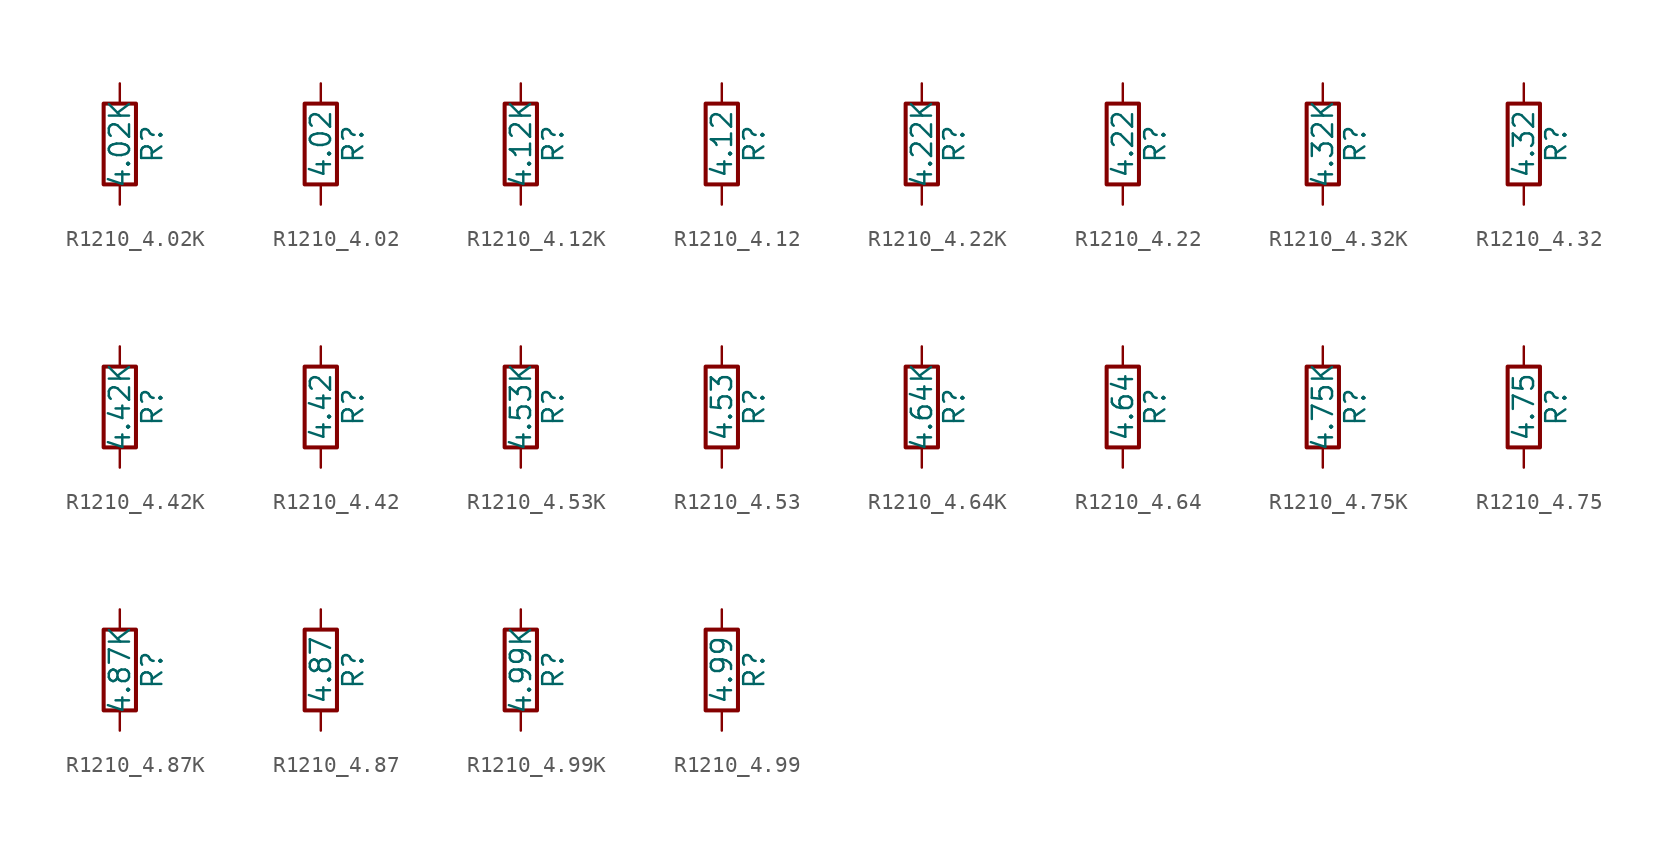
<source format=kicad_sym>
(kicad_symbol_lib
  (version 20211014)
  (generator atlantix-eda)
  (symbol "R1210_4.02K"
    (pin_numbers hide)
    (pin_names
      (offset 0))
    (property "Reference" "R"
      (at 2.032 0 90)
      (effects (font (size 1.27 1.27))))
    (property "Value" "4.02K"
      (at 0 0 90)
      (effects (font (size 1.27 1.27))))
    (symbol "R1210_4.02K_0_1"
      (rectangle (start -1.016 -2.54) (end 1.016 2.54) (stroke (width 0.254) (type default) (color 0 0 0 0)) (fill (type none))))
    (symbol "R1210_4.02K_1_1"
      (pin passive line (at 0 3.81 270) (length 1.27) (name "~" (effects (font (size 1.27 1.27)))) (number "1" (effects (font (size 1.27 1.27)))))
      (pin passive line (at 0 -3.81 90) (length 1.27) (name "~" (effects (font (size 1.27 1.27)))) (number "2" (effects (font (size 1.27 1.27)))))))
  (symbol "R1210_4.02"
    (pin_numbers hide)
    (pin_names
      (offset 0))
    (property "Reference" "R"
      (at 2.032 0 90)
      (effects (font (size 1.27 1.27))))
    (property "Value" "4.02"
      (at 0 0 90)
      (effects (font (size 1.27 1.27))))
    (symbol "R1210_4.02_0_1"
      (rectangle (start -1.016 -2.54) (end 1.016 2.54) (stroke (width 0.254) (type default) (color 0 0 0 0)) (fill (type none))))
    (symbol "R1210_4.02_1_1"
      (pin passive line (at 0 3.81 270) (length 1.27) (name "~" (effects (font (size 1.27 1.27)))) (number "1" (effects (font (size 1.27 1.27)))))
      (pin passive line (at 0 -3.81 90) (length 1.27) (name "~" (effects (font (size 1.27 1.27)))) (number "2" (effects (font (size 1.27 1.27)))))))
  (symbol "R1210_4.12K"
    (pin_numbers hide)
    (pin_names
      (offset 0))
    (property "Reference" "R"
      (at 2.032 0 90)
      (effects (font (size 1.27 1.27))))
    (property "Value" "4.12K"
      (at 0 0 90)
      (effects (font (size 1.27 1.27))))
    (symbol "R1210_4.12K_0_1"
      (rectangle (start -1.016 -2.54) (end 1.016 2.54) (stroke (width 0.254) (type default) (color 0 0 0 0)) (fill (type none))))
    (symbol "R1210_4.12K_1_1"
      (pin passive line (at 0 3.81 270) (length 1.27) (name "~" (effects (font (size 1.27 1.27)))) (number "1" (effects (font (size 1.27 1.27)))))
      (pin passive line (at 0 -3.81 90) (length 1.27) (name "~" (effects (font (size 1.27 1.27)))) (number "2" (effects (font (size 1.27 1.27)))))))
  (symbol "R1210_4.12"
    (pin_numbers hide)
    (pin_names
      (offset 0))
    (property "Reference" "R"
      (at 2.032 0 90)
      (effects (font (size 1.27 1.27))))
    (property "Value" "4.12"
      (at 0 0 90)
      (effects (font (size 1.27 1.27))))
    (symbol "R1210_4.12_0_1"
      (rectangle (start -1.016 -2.54) (end 1.016 2.54) (stroke (width 0.254) (type default) (color 0 0 0 0)) (fill (type none))))
    (symbol "R1210_4.12_1_1"
      (pin passive line (at 0 3.81 270) (length 1.27) (name "~" (effects (font (size 1.27 1.27)))) (number "1" (effects (font (size 1.27 1.27)))))
      (pin passive line (at 0 -3.81 90) (length 1.27) (name "~" (effects (font (size 1.27 1.27)))) (number "2" (effects (font (size 1.27 1.27)))))))
  (symbol "R1210_4.22K"
    (pin_numbers hide)
    (pin_names
      (offset 0))
    (property "Reference" "R"
      (at 2.032 0 90)
      (effects (font (size 1.27 1.27))))
    (property "Value" "4.22K"
      (at 0 0 90)
      (effects (font (size 1.27 1.27))))
    (symbol "R1210_4.22K_0_1"
      (rectangle (start -1.016 -2.54) (end 1.016 2.54) (stroke (width 0.254) (type default) (color 0 0 0 0)) (fill (type none))))
    (symbol "R1210_4.22K_1_1"
      (pin passive line (at 0 3.81 270) (length 1.27) (name "~" (effects (font (size 1.27 1.27)))) (number "1" (effects (font (size 1.27 1.27)))))
      (pin passive line (at 0 -3.81 90) (length 1.27) (name "~" (effects (font (size 1.27 1.27)))) (number "2" (effects (font (size 1.27 1.27)))))))
  (symbol "R1210_4.22"
    (pin_numbers hide)
    (pin_names
      (offset 0))
    (property "Reference" "R"
      (at 2.032 0 90)
      (effects (font (size 1.27 1.27))))
    (property "Value" "4.22"
      (at 0 0 90)
      (effects (font (size 1.27 1.27))))
    (symbol "R1210_4.22_0_1"
      (rectangle (start -1.016 -2.54) (end 1.016 2.54) (stroke (width 0.254) (type default) (color 0 0 0 0)) (fill (type none))))
    (symbol "R1210_4.22_1_1"
      (pin passive line (at 0 3.81 270) (length 1.27) (name "~" (effects (font (size 1.27 1.27)))) (number "1" (effects (font (size 1.27 1.27)))))
      (pin passive line (at 0 -3.81 90) (length 1.27) (name "~" (effects (font (size 1.27 1.27)))) (number "2" (effects (font (size 1.27 1.27)))))))
  (symbol "R1210_4.32K"
    (pin_numbers hide)
    (pin_names
      (offset 0))
    (property "Reference" "R"
      (at 2.032 0 90)
      (effects (font (size 1.27 1.27))))
    (property "Value" "4.32K"
      (at 0 0 90)
      (effects (font (size 1.27 1.27))))
    (symbol "R1210_4.32K_0_1"
      (rectangle (start -1.016 -2.54) (end 1.016 2.54) (stroke (width 0.254) (type default) (color 0 0 0 0)) (fill (type none))))
    (symbol "R1210_4.32K_1_1"
      (pin passive line (at 0 3.81 270) (length 1.27) (name "~" (effects (font (size 1.27 1.27)))) (number "1" (effects (font (size 1.27 1.27)))))
      (pin passive line (at 0 -3.81 90) (length 1.27) (name "~" (effects (font (size 1.27 1.27)))) (number "2" (effects (font (size 1.27 1.27)))))))
  (symbol "R1210_4.32"
    (pin_numbers hide)
    (pin_names
      (offset 0))
    (property "Reference" "R"
      (at 2.032 0 90)
      (effects (font (size 1.27 1.27))))
    (property "Value" "4.32"
      (at 0 0 90)
      (effects (font (size 1.27 1.27))))
    (symbol "R1210_4.32_0_1"
      (rectangle (start -1.016 -2.54) (end 1.016 2.54) (stroke (width 0.254) (type default) (color 0 0 0 0)) (fill (type none))))
    (symbol "R1210_4.32_1_1"
      (pin passive line (at 0 3.81 270) (length 1.27) (name "~" (effects (font (size 1.27 1.27)))) (number "1" (effects (font (size 1.27 1.27)))))
      (pin passive line (at 0 -3.81 90) (length 1.27) (name "~" (effects (font (size 1.27 1.27)))) (number "2" (effects (font (size 1.27 1.27)))))))
  (symbol "R1210_4.42K"
    (pin_numbers hide)
    (pin_names
      (offset 0))
    (property "Reference" "R"
      (at 2.032 0 90)
      (effects (font (size 1.27 1.27))))
    (property "Value" "4.42K"
      (at 0 0 90)
      (effects (font (size 1.27 1.27))))
    (symbol "R1210_4.42K_0_1"
      (rectangle (start -1.016 -2.54) (end 1.016 2.54) (stroke (width 0.254) (type default) (color 0 0 0 0)) (fill (type none))))
    (symbol "R1210_4.42K_1_1"
      (pin passive line (at 0 3.81 270) (length 1.27) (name "~" (effects (font (size 1.27 1.27)))) (number "1" (effects (font (size 1.27 1.27)))))
      (pin passive line (at 0 -3.81 90) (length 1.27) (name "~" (effects (font (size 1.27 1.27)))) (number "2" (effects (font (size 1.27 1.27)))))))
  (symbol "R1210_4.42"
    (pin_numbers hide)
    (pin_names
      (offset 0))
    (property "Reference" "R"
      (at 2.032 0 90)
      (effects (font (size 1.27 1.27))))
    (property "Value" "4.42"
      (at 0 0 90)
      (effects (font (size 1.27 1.27))))
    (symbol "R1210_4.42_0_1"
      (rectangle (start -1.016 -2.54) (end 1.016 2.54) (stroke (width 0.254) (type default) (color 0 0 0 0)) (fill (type none))))
    (symbol "R1210_4.42_1_1"
      (pin passive line (at 0 3.81 270) (length 1.27) (name "~" (effects (font (size 1.27 1.27)))) (number "1" (effects (font (size 1.27 1.27)))))
      (pin passive line (at 0 -3.81 90) (length 1.27) (name "~" (effects (font (size 1.27 1.27)))) (number "2" (effects (font (size 1.27 1.27)))))))
  (symbol "R1210_4.53K"
    (pin_numbers hide)
    (pin_names
      (offset 0))
    (property "Reference" "R"
      (at 2.032 0 90)
      (effects (font (size 1.27 1.27))))
    (property "Value" "4.53K"
      (at 0 0 90)
      (effects (font (size 1.27 1.27))))
    (symbol "R1210_4.53K_0_1"
      (rectangle (start -1.016 -2.54) (end 1.016 2.54) (stroke (width 0.254) (type default) (color 0 0 0 0)) (fill (type none))))
    (symbol "R1210_4.53K_1_1"
      (pin passive line (at 0 3.81 270) (length 1.27) (name "~" (effects (font (size 1.27 1.27)))) (number "1" (effects (font (size 1.27 1.27)))))
      (pin passive line (at 0 -3.81 90) (length 1.27) (name "~" (effects (font (size 1.27 1.27)))) (number "2" (effects (font (size 1.27 1.27)))))))
  (symbol "R1210_4.53"
    (pin_numbers hide)
    (pin_names
      (offset 0))
    (property "Reference" "R"
      (at 2.032 0 90)
      (effects (font (size 1.27 1.27))))
    (property "Value" "4.53"
      (at 0 0 90)
      (effects (font (size 1.27 1.27))))
    (symbol "R1210_4.53_0_1"
      (rectangle (start -1.016 -2.54) (end 1.016 2.54) (stroke (width 0.254) (type default) (color 0 0 0 0)) (fill (type none))))
    (symbol "R1210_4.53_1_1"
      (pin passive line (at 0 3.81 270) (length 1.27) (name "~" (effects (font (size 1.27 1.27)))) (number "1" (effects (font (size 1.27 1.27)))))
      (pin passive line (at 0 -3.81 90) (length 1.27) (name "~" (effects (font (size 1.27 1.27)))) (number "2" (effects (font (size 1.27 1.27)))))))
  (symbol "R1210_4.64K"
    (pin_numbers hide)
    (pin_names
      (offset 0))
    (property "Reference" "R"
      (at 2.032 0 90)
      (effects (font (size 1.27 1.27))))
    (property "Value" "4.64K"
      (at 0 0 90)
      (effects (font (size 1.27 1.27))))
    (symbol "R1210_4.64K_0_1"
      (rectangle (start -1.016 -2.54) (end 1.016 2.54) (stroke (width 0.254) (type default) (color 0 0 0 0)) (fill (type none))))
    (symbol "R1210_4.64K_1_1"
      (pin passive line (at 0 3.81 270) (length 1.27) (name "~" (effects (font (size 1.27 1.27)))) (number "1" (effects (font (size 1.27 1.27)))))
      (pin passive line (at 0 -3.81 90) (length 1.27) (name "~" (effects (font (size 1.27 1.27)))) (number "2" (effects (font (size 1.27 1.27)))))))
  (symbol "R1210_4.64"
    (pin_numbers hide)
    (pin_names
      (offset 0))
    (property "Reference" "R"
      (at 2.032 0 90)
      (effects (font (size 1.27 1.27))))
    (property "Value" "4.64"
      (at 0 0 90)
      (effects (font (size 1.27 1.27))))
    (symbol "R1210_4.64_0_1"
      (rectangle (start -1.016 -2.54) (end 1.016 2.54) (stroke (width 0.254) (type default) (color 0 0 0 0)) (fill (type none))))
    (symbol "R1210_4.64_1_1"
      (pin passive line (at 0 3.81 270) (length 1.27) (name "~" (effects (font (size 1.27 1.27)))) (number "1" (effects (font (size 1.27 1.27)))))
      (pin passive line (at 0 -3.81 90) (length 1.27) (name "~" (effects (font (size 1.27 1.27)))) (number "2" (effects (font (size 1.27 1.27)))))))
  (symbol "R1210_4.75K"
    (pin_numbers hide)
    (pin_names
      (offset 0))
    (property "Reference" "R"
      (at 2.032 0 90)
      (effects (font (size 1.27 1.27))))
    (property "Value" "4.75K"
      (at 0 0 90)
      (effects (font (size 1.27 1.27))))
    (symbol "R1210_4.75K_0_1"
      (rectangle (start -1.016 -2.54) (end 1.016 2.54) (stroke (width 0.254) (type default) (color 0 0 0 0)) (fill (type none))))
    (symbol "R1210_4.75K_1_1"
      (pin passive line (at 0 3.81 270) (length 1.27) (name "~" (effects (font (size 1.27 1.27)))) (number "1" (effects (font (size 1.27 1.27)))))
      (pin passive line (at 0 -3.81 90) (length 1.27) (name "~" (effects (font (size 1.27 1.27)))) (number "2" (effects (font (size 1.27 1.27)))))))
  (symbol "R1210_4.75"
    (pin_numbers hide)
    (pin_names
      (offset 0))
    (property "Reference" "R"
      (at 2.032 0 90)
      (effects (font (size 1.27 1.27))))
    (property "Value" "4.75"
      (at 0 0 90)
      (effects (font (size 1.27 1.27))))
    (symbol "R1210_4.75_0_1"
      (rectangle (start -1.016 -2.54) (end 1.016 2.54) (stroke (width 0.254) (type default) (color 0 0 0 0)) (fill (type none))))
    (symbol "R1210_4.75_1_1"
      (pin passive line (at 0 3.81 270) (length 1.27) (name "~" (effects (font (size 1.27 1.27)))) (number "1" (effects (font (size 1.27 1.27)))))
      (pin passive line (at 0 -3.81 90) (length 1.27) (name "~" (effects (font (size 1.27 1.27)))) (number "2" (effects (font (size 1.27 1.27)))))))
  (symbol "R1210_4.87K"
    (pin_numbers hide)
    (pin_names
      (offset 0))
    (property "Reference" "R"
      (at 2.032 0 90)
      (effects (font (size 1.27 1.27))))
    (property "Value" "4.87K"
      (at 0 0 90)
      (effects (font (size 1.27 1.27))))
    (symbol "R1210_4.87K_0_1"
      (rectangle (start -1.016 -2.54) (end 1.016 2.54) (stroke (width 0.254) (type default) (color 0 0 0 0)) (fill (type none))))
    (symbol "R1210_4.87K_1_1"
      (pin passive line (at 0 3.81 270) (length 1.27) (name "~" (effects (font (size 1.27 1.27)))) (number "1" (effects (font (size 1.27 1.27)))))
      (pin passive line (at 0 -3.81 90) (length 1.27) (name "~" (effects (font (size 1.27 1.27)))) (number "2" (effects (font (size 1.27 1.27)))))))
  (symbol "R1210_4.87"
    (pin_numbers hide)
    (pin_names
      (offset 0))
    (property "Reference" "R"
      (at 2.032 0 90)
      (effects (font (size 1.27 1.27))))
    (property "Value" "4.87"
      (at 0 0 90)
      (effects (font (size 1.27 1.27))))
    (symbol "R1210_4.87_0_1"
      (rectangle (start -1.016 -2.54) (end 1.016 2.54) (stroke (width 0.254) (type default) (color 0 0 0 0)) (fill (type none))))
    (symbol "R1210_4.87_1_1"
      (pin passive line (at 0 3.81 270) (length 1.27) (name "~" (effects (font (size 1.27 1.27)))) (number "1" (effects (font (size 1.27 1.27)))))
      (pin passive line (at 0 -3.81 90) (length 1.27) (name "~" (effects (font (size 1.27 1.27)))) (number "2" (effects (font (size 1.27 1.27)))))))
  (symbol "R1210_4.99K"
    (pin_numbers hide)
    (pin_names
      (offset 0))
    (property "Reference" "R"
      (at 2.032 0 90)
      (effects (font (size 1.27 1.27))))
    (property "Value" "4.99K"
      (at 0 0 90)
      (effects (font (size 1.27 1.27))))
    (symbol "R1210_4.99K_0_1"
      (rectangle (start -1.016 -2.54) (end 1.016 2.54) (stroke (width 0.254) (type default) (color 0 0 0 0)) (fill (type none))))
    (symbol "R1210_4.99K_1_1"
      (pin passive line (at 0 3.81 270) (length 1.27) (name "~" (effects (font (size 1.27 1.27)))) (number "1" (effects (font (size 1.27 1.27)))))
      (pin passive line (at 0 -3.81 90) (length 1.27) (name "~" (effects (font (size 1.27 1.27)))) (number "2" (effects (font (size 1.27 1.27)))))))
  (symbol "R1210_4.99"
    (pin_numbers hide)
    (pin_names
      (offset 0))
    (property "Reference" "R"
      (at 2.032 0 90)
      (effects (font (size 1.27 1.27))))
    (property "Value" "4.99"
      (at 0 0 90)
      (effects (font (size 1.27 1.27))))
    (symbol "R1210_4.99_0_1"
      (rectangle (start -1.016 -2.54) (end 1.016 2.54) (stroke (width 0.254) (type default) (color 0 0 0 0)) (fill (type none))))
    (symbol "R1210_4.99_1_1"
      (pin passive line (at 0 3.81 270) (length 1.27) (name "~" (effects (font (size 1.27 1.27)))) (number "1" (effects (font (size 1.27 1.27)))))
      (pin passive line (at 0 -3.81 90) (length 1.27) (name "~" (effects (font (size 1.27 1.27)))) (number "2" (effects (font (size 1.27 1.27))))))))
</source>
